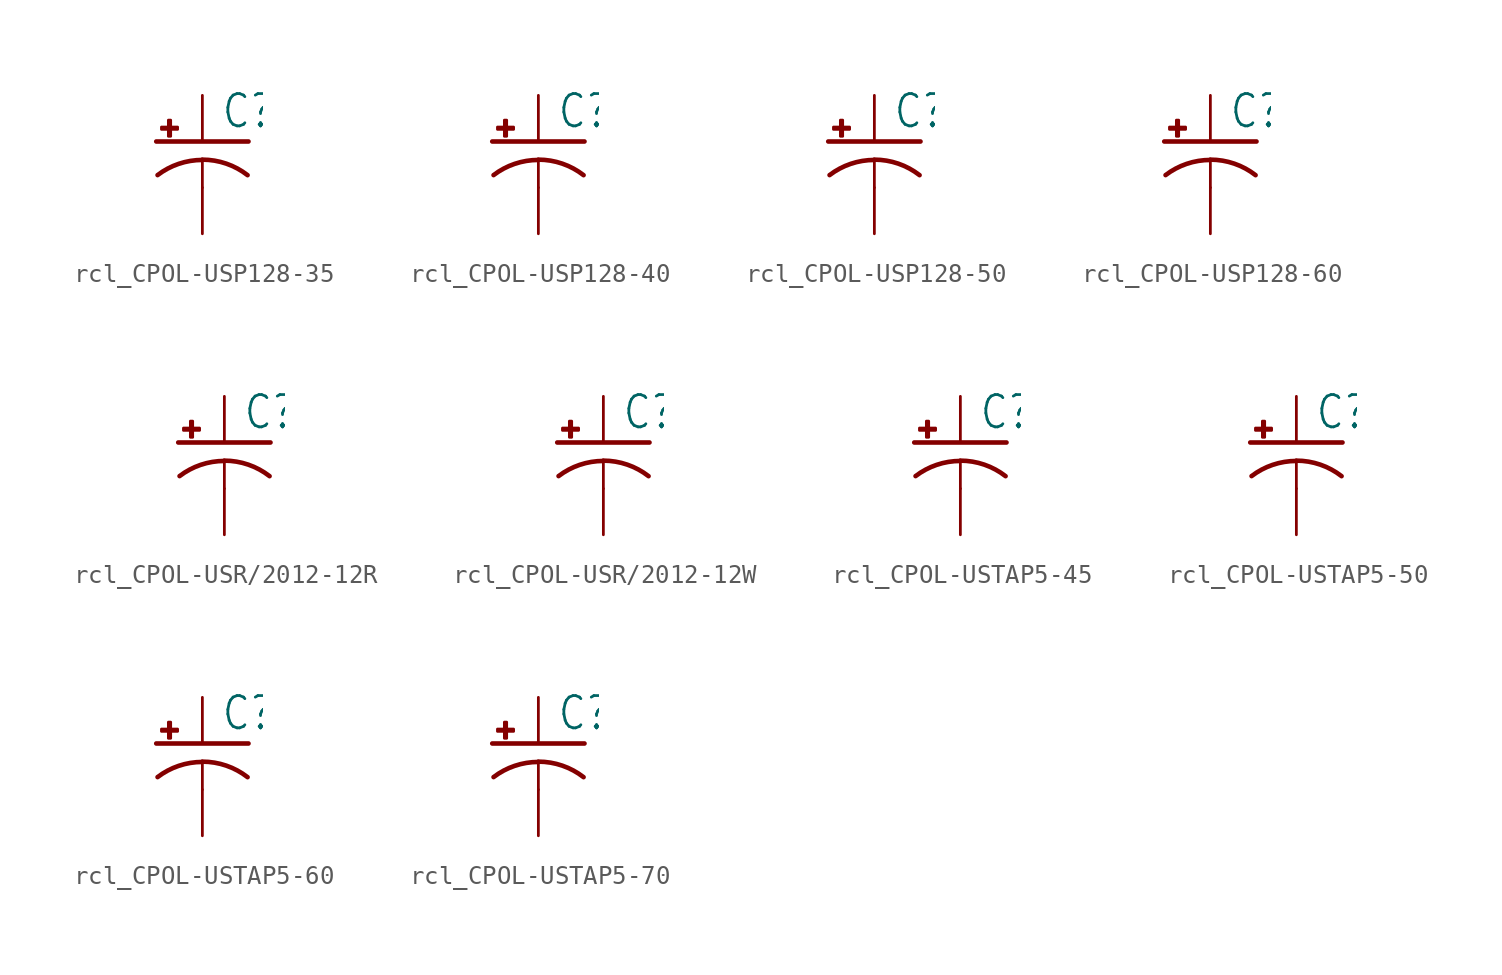
<source format=kicad_sym>
(kicad_symbol_lib
  (version 20220914)
  (generator kicad_symbol_editor)
  (symbol "rcl_CPOL-USP128-35"
    (property "Reference" "C"
      (at 1.016 0.635 0)
      (effects (font (size 1.778 1.511)) (justify left bottom)))
    (property "Value" ""
      (at 1.016 -4.191 0)
      (effects (font (size 1.778 1.511)) (justify left bottom)))
    (property "ki_locked" ""
      (at 0 0 0)
      (effects (font (size 1.27 1.27))))
    (symbol "rcl_CPOL-USP128-35_1_0"
      (rectangle (start -2.253 0.668) (end -1.364 0.795) (stroke (width 0) (type default)) (fill (type outline)))
      (rectangle (start -1.872 0.287) (end -1.745 1.176) (stroke (width 0) (type default)) (fill (type outline)))
      (arc (start 0 -1.0161) (mid -1.3021 -1.2303) (end -2.4669 -1.8504) (stroke (width 0.254) (type solid)) (fill (type none)))
      (polyline (pts (xy -2.54 0) (xy 2.54 0)) (stroke (width 0.254) (type solid)) (fill (type none)))
      (polyline (pts (xy 0 -1.016) (xy 0 -2.54)) (stroke (width 0.152) (type solid)) (fill (type none)))
      (arc (start 2.4892 -1.8541) (mid 1.3158 -1.2194) (end 0 -1) (stroke (width 0.254) (type solid)) (fill (type none)))
      (pin passive line (at 0 2.54 270) (length 2.54) (name "+" (effects (font (size 0 0)))) (number "+" (effects (font (size 0 0)))))
      (pin passive line (at 0 -5.08 90) (length 2.54) (name "-" (effects (font (size 0 0)))) (number "-" (effects (font (size 0 0)))))))
  (symbol "rcl_CPOL-USP128-40"
    (property "Reference" "C"
      (at 1.016 0.635 0)
      (effects (font (size 1.778 1.511)) (justify left bottom)))
    (property "Value" ""
      (at 1.016 -4.191 0)
      (effects (font (size 1.778 1.511)) (justify left bottom)))
    (property "ki_locked" ""
      (at 0 0 0)
      (effects (font (size 1.27 1.27))))
    (symbol "rcl_CPOL-USP128-40_1_0"
      (rectangle (start -2.253 0.668) (end -1.364 0.795) (stroke (width 0) (type default)) (fill (type outline)))
      (rectangle (start -1.872 0.287) (end -1.745 1.176) (stroke (width 0) (type default)) (fill (type outline)))
      (arc (start 0 -1.0161) (mid -1.3021 -1.2303) (end -2.4669 -1.8504) (stroke (width 0.254) (type solid)) (fill (type none)))
      (polyline (pts (xy -2.54 0) (xy 2.54 0)) (stroke (width 0.254) (type solid)) (fill (type none)))
      (polyline (pts (xy 0 -1.016) (xy 0 -2.54)) (stroke (width 0.152) (type solid)) (fill (type none)))
      (arc (start 2.4892 -1.8541) (mid 1.3158 -1.2194) (end 0 -1) (stroke (width 0.254) (type solid)) (fill (type none)))
      (pin passive line (at 0 2.54 270) (length 2.54) (name "+" (effects (font (size 0 0)))) (number "+" (effects (font (size 0 0)))))
      (pin passive line (at 0 -5.08 90) (length 2.54) (name "-" (effects (font (size 0 0)))) (number "-" (effects (font (size 0 0)))))))
  (symbol "rcl_CPOL-USP128-50"
    (property "Reference" "C"
      (at 1.016 0.635 0)
      (effects (font (size 1.778 1.511)) (justify left bottom)))
    (property "Value" ""
      (at 1.016 -4.191 0)
      (effects (font (size 1.778 1.511)) (justify left bottom)))
    (property "ki_locked" ""
      (at 0 0 0)
      (effects (font (size 1.27 1.27))))
    (symbol "rcl_CPOL-USP128-50_1_0"
      (rectangle (start -2.253 0.668) (end -1.364 0.795) (stroke (width 0) (type default)) (fill (type outline)))
      (rectangle (start -1.872 0.287) (end -1.745 1.176) (stroke (width 0) (type default)) (fill (type outline)))
      (arc (start 0 -1.0161) (mid -1.3021 -1.2303) (end -2.4669 -1.8504) (stroke (width 0.254) (type solid)) (fill (type none)))
      (polyline (pts (xy -2.54 0) (xy 2.54 0)) (stroke (width 0.254) (type solid)) (fill (type none)))
      (polyline (pts (xy 0 -1.016) (xy 0 -2.54)) (stroke (width 0.152) (type solid)) (fill (type none)))
      (arc (start 2.4892 -1.8541) (mid 1.3158 -1.2194) (end 0 -1) (stroke (width 0.254) (type solid)) (fill (type none)))
      (pin passive line (at 0 2.54 270) (length 2.54) (name "+" (effects (font (size 0 0)))) (number "+" (effects (font (size 0 0)))))
      (pin passive line (at 0 -5.08 90) (length 2.54) (name "-" (effects (font (size 0 0)))) (number "-" (effects (font (size 0 0)))))))
  (symbol "rcl_CPOL-USP128-60"
    (property "Reference" "C"
      (at 1.016 0.635 0)
      (effects (font (size 1.778 1.511)) (justify left bottom)))
    (property "Value" ""
      (at 1.016 -4.191 0)
      (effects (font (size 1.778 1.511)) (justify left bottom)))
    (property "ki_locked" ""
      (at 0 0 0)
      (effects (font (size 1.27 1.27))))
    (symbol "rcl_CPOL-USP128-60_1_0"
      (rectangle (start -2.253 0.668) (end -1.364 0.795) (stroke (width 0) (type default)) (fill (type outline)))
      (rectangle (start -1.872 0.287) (end -1.745 1.176) (stroke (width 0) (type default)) (fill (type outline)))
      (arc (start 0 -1.0161) (mid -1.3021 -1.2303) (end -2.4669 -1.8504) (stroke (width 0.254) (type solid)) (fill (type none)))
      (polyline (pts (xy -2.54 0) (xy 2.54 0)) (stroke (width 0.254) (type solid)) (fill (type none)))
      (polyline (pts (xy 0 -1.016) (xy 0 -2.54)) (stroke (width 0.152) (type solid)) (fill (type none)))
      (arc (start 2.4892 -1.8541) (mid 1.3158 -1.2194) (end 0 -1) (stroke (width 0.254) (type solid)) (fill (type none)))
      (pin passive line (at 0 2.54 270) (length 2.54) (name "+" (effects (font (size 0 0)))) (number "+" (effects (font (size 0 0)))))
      (pin passive line (at 0 -5.08 90) (length 2.54) (name "-" (effects (font (size 0 0)))) (number "-" (effects (font (size 0 0)))))))
  (symbol "rcl_CPOL-USR/2012-12R"
    (property "Reference" "C"
      (at 1.016 0.635 0)
      (effects (font (size 1.778 1.511)) (justify left bottom)))
    (property "Value" ""
      (at 1.016 -4.191 0)
      (effects (font (size 1.778 1.511)) (justify left bottom)))
    (property "ki_locked" ""
      (at 0 0 0)
      (effects (font (size 1.27 1.27))))
    (symbol "rcl_CPOL-USR/2012-12R_1_0"
      (rectangle (start -2.253 0.668) (end -1.364 0.795) (stroke (width 0) (type default)) (fill (type outline)))
      (rectangle (start -1.872 0.287) (end -1.745 1.176) (stroke (width 0) (type default)) (fill (type outline)))
      (arc (start 0 -1.0161) (mid -1.3021 -1.2303) (end -2.4669 -1.8504) (stroke (width 0.254) (type solid)) (fill (type none)))
      (polyline (pts (xy -2.54 0) (xy 2.54 0)) (stroke (width 0.254) (type solid)) (fill (type none)))
      (polyline (pts (xy 0 -1.016) (xy 0 -2.54)) (stroke (width 0.152) (type solid)) (fill (type none)))
      (arc (start 2.4892 -1.8541) (mid 1.3158 -1.2194) (end 0 -1) (stroke (width 0.254) (type solid)) (fill (type none)))
      (pin passive line (at 0 2.54 270) (length 2.54) (name "+" (effects (font (size 0 0)))) (number "+" (effects (font (size 0 0)))))
      (pin passive line (at 0 -5.08 90) (length 2.54) (name "-" (effects (font (size 0 0)))) (number "-" (effects (font (size 0 0)))))))
  (symbol "rcl_CPOL-USR/2012-12W"
    (property "Reference" "C"
      (at 1.016 0.635 0)
      (effects (font (size 1.778 1.511)) (justify left bottom)))
    (property "Value" ""
      (at 1.016 -4.191 0)
      (effects (font (size 1.778 1.511)) (justify left bottom)))
    (property "ki_locked" ""
      (at 0 0 0)
      (effects (font (size 1.27 1.27))))
    (symbol "rcl_CPOL-USR/2012-12W_1_0"
      (rectangle (start -2.253 0.668) (end -1.364 0.795) (stroke (width 0) (type default)) (fill (type outline)))
      (rectangle (start -1.872 0.287) (end -1.745 1.176) (stroke (width 0) (type default)) (fill (type outline)))
      (arc (start 0 -1.0161) (mid -1.3021 -1.2303) (end -2.4669 -1.8504) (stroke (width 0.254) (type solid)) (fill (type none)))
      (polyline (pts (xy -2.54 0) (xy 2.54 0)) (stroke (width 0.254) (type solid)) (fill (type none)))
      (polyline (pts (xy 0 -1.016) (xy 0 -2.54)) (stroke (width 0.152) (type solid)) (fill (type none)))
      (arc (start 2.4892 -1.8541) (mid 1.3158 -1.2194) (end 0 -1) (stroke (width 0.254) (type solid)) (fill (type none)))
      (pin passive line (at 0 2.54 270) (length 2.54) (name "+" (effects (font (size 0 0)))) (number "+" (effects (font (size 0 0)))))
      (pin passive line (at 0 -5.08 90) (length 2.54) (name "-" (effects (font (size 0 0)))) (number "-" (effects (font (size 0 0)))))))
  (symbol "rcl_CPOL-USTAP5-45"
    (property "Reference" "C"
      (at 1.016 0.635 0)
      (effects (font (size 1.778 1.511)) (justify left bottom)))
    (property "Value" ""
      (at 1.016 -4.191 0)
      (effects (font (size 1.778 1.511)) (justify left bottom)))
    (property "ki_locked" ""
      (at 0 0 0)
      (effects (font (size 1.27 1.27))))
    (symbol "rcl_CPOL-USTAP5-45_1_0"
      (rectangle (start -2.253 0.668) (end -1.364 0.795) (stroke (width 0) (type default)) (fill (type outline)))
      (rectangle (start -1.872 0.287) (end -1.745 1.176) (stroke (width 0) (type default)) (fill (type outline)))
      (arc (start 0 -1.0161) (mid -1.3021 -1.2303) (end -2.4669 -1.8504) (stroke (width 0.254) (type solid)) (fill (type none)))
      (polyline (pts (xy -2.54 0) (xy 2.54 0)) (stroke (width 0.254) (type solid)) (fill (type none)))
      (polyline (pts (xy 0 -1.016) (xy 0 -2.54)) (stroke (width 0.152) (type solid)) (fill (type none)))
      (arc (start 2.4892 -1.8541) (mid 1.3158 -1.2194) (end 0 -1) (stroke (width 0.254) (type solid)) (fill (type none)))
      (pin passive line (at 0 2.54 270) (length 2.54) (name "+" (effects (font (size 0 0)))) (number "+" (effects (font (size 0 0)))))
      (pin passive line (at 0 -5.08 90) (length 2.54) (name "-" (effects (font (size 0 0)))) (number "-" (effects (font (size 0 0)))))))
  (symbol "rcl_CPOL-USTAP5-50"
    (property "Reference" "C"
      (at 1.016 0.635 0)
      (effects (font (size 1.778 1.511)) (justify left bottom)))
    (property "Value" ""
      (at 1.016 -4.191 0)
      (effects (font (size 1.778 1.511)) (justify left bottom)))
    (property "ki_locked" ""
      (at 0 0 0)
      (effects (font (size 1.27 1.27))))
    (symbol "rcl_CPOL-USTAP5-50_1_0"
      (rectangle (start -2.253 0.668) (end -1.364 0.795) (stroke (width 0) (type default)) (fill (type outline)))
      (rectangle (start -1.872 0.287) (end -1.745 1.176) (stroke (width 0) (type default)) (fill (type outline)))
      (arc (start 0 -1.0161) (mid -1.3021 -1.2303) (end -2.4669 -1.8504) (stroke (width 0.254) (type solid)) (fill (type none)))
      (polyline (pts (xy -2.54 0) (xy 2.54 0)) (stroke (width 0.254) (type solid)) (fill (type none)))
      (polyline (pts (xy 0 -1.016) (xy 0 -2.54)) (stroke (width 0.152) (type solid)) (fill (type none)))
      (arc (start 2.4892 -1.8541) (mid 1.3158 -1.2194) (end 0 -1) (stroke (width 0.254) (type solid)) (fill (type none)))
      (pin passive line (at 0 2.54 270) (length 2.54) (name "+" (effects (font (size 0 0)))) (number "+" (effects (font (size 0 0)))))
      (pin passive line (at 0 -5.08 90) (length 2.54) (name "-" (effects (font (size 0 0)))) (number "-" (effects (font (size 0 0)))))))
  (symbol "rcl_CPOL-USTAP5-60"
    (property "Reference" "C"
      (at 1.016 0.635 0)
      (effects (font (size 1.778 1.511)) (justify left bottom)))
    (property "Value" ""
      (at 1.016 -4.191 0)
      (effects (font (size 1.778 1.511)) (justify left bottom)))
    (property "ki_locked" ""
      (at 0 0 0)
      (effects (font (size 1.27 1.27))))
    (symbol "rcl_CPOL-USTAP5-60_1_0"
      (rectangle (start -2.253 0.668) (end -1.364 0.795) (stroke (width 0) (type default)) (fill (type outline)))
      (rectangle (start -1.872 0.287) (end -1.745 1.176) (stroke (width 0) (type default)) (fill (type outline)))
      (arc (start 0 -1.0161) (mid -1.3021 -1.2303) (end -2.4669 -1.8504) (stroke (width 0.254) (type solid)) (fill (type none)))
      (polyline (pts (xy -2.54 0) (xy 2.54 0)) (stroke (width 0.254) (type solid)) (fill (type none)))
      (polyline (pts (xy 0 -1.016) (xy 0 -2.54)) (stroke (width 0.152) (type solid)) (fill (type none)))
      (arc (start 2.4892 -1.8541) (mid 1.3158 -1.2194) (end 0 -1) (stroke (width 0.254) (type solid)) (fill (type none)))
      (pin passive line (at 0 2.54 270) (length 2.54) (name "+" (effects (font (size 0 0)))) (number "+" (effects (font (size 0 0)))))
      (pin passive line (at 0 -5.08 90) (length 2.54) (name "-" (effects (font (size 0 0)))) (number "-" (effects (font (size 0 0)))))))
  (symbol "rcl_CPOL-USTAP5-70"
    (property "Reference" "C"
      (at 1.016 0.635 0)
      (effects (font (size 1.778 1.511)) (justify left bottom)))
    (property "Value" ""
      (at 1.016 -4.191 0)
      (effects (font (size 1.778 1.511)) (justify left bottom)))
    (property "ki_locked" ""
      (at 0 0 0)
      (effects (font (size 1.27 1.27))))
    (symbol "rcl_CPOL-USTAP5-70_1_0"
      (rectangle (start -2.253 0.668) (end -1.364 0.795) (stroke (width 0) (type default)) (fill (type outline)))
      (rectangle (start -1.872 0.287) (end -1.745 1.176) (stroke (width 0) (type default)) (fill (type outline)))
      (arc (start 0 -1.0161) (mid -1.3021 -1.2303) (end -2.4669 -1.8504) (stroke (width 0.254) (type solid)) (fill (type none)))
      (polyline (pts (xy -2.54 0) (xy 2.54 0)) (stroke (width 0.254) (type solid)) (fill (type none)))
      (polyline (pts (xy 0 -1.016) (xy 0 -2.54)) (stroke (width 0.152) (type solid)) (fill (type none)))
      (arc (start 2.4892 -1.8541) (mid 1.3158 -1.2194) (end 0 -1) (stroke (width 0.254) (type solid)) (fill (type none)))
      (pin passive line (at 0 2.54 270) (length 2.54) (name "+" (effects (font (size 0 0)))) (number "+" (effects (font (size 0 0)))))
      (pin passive line (at 0 -5.08 90) (length 2.54) (name "-" (effects (font (size 0 0)))) (number "-" (effects (font (size 0 0))))))))
</source>
